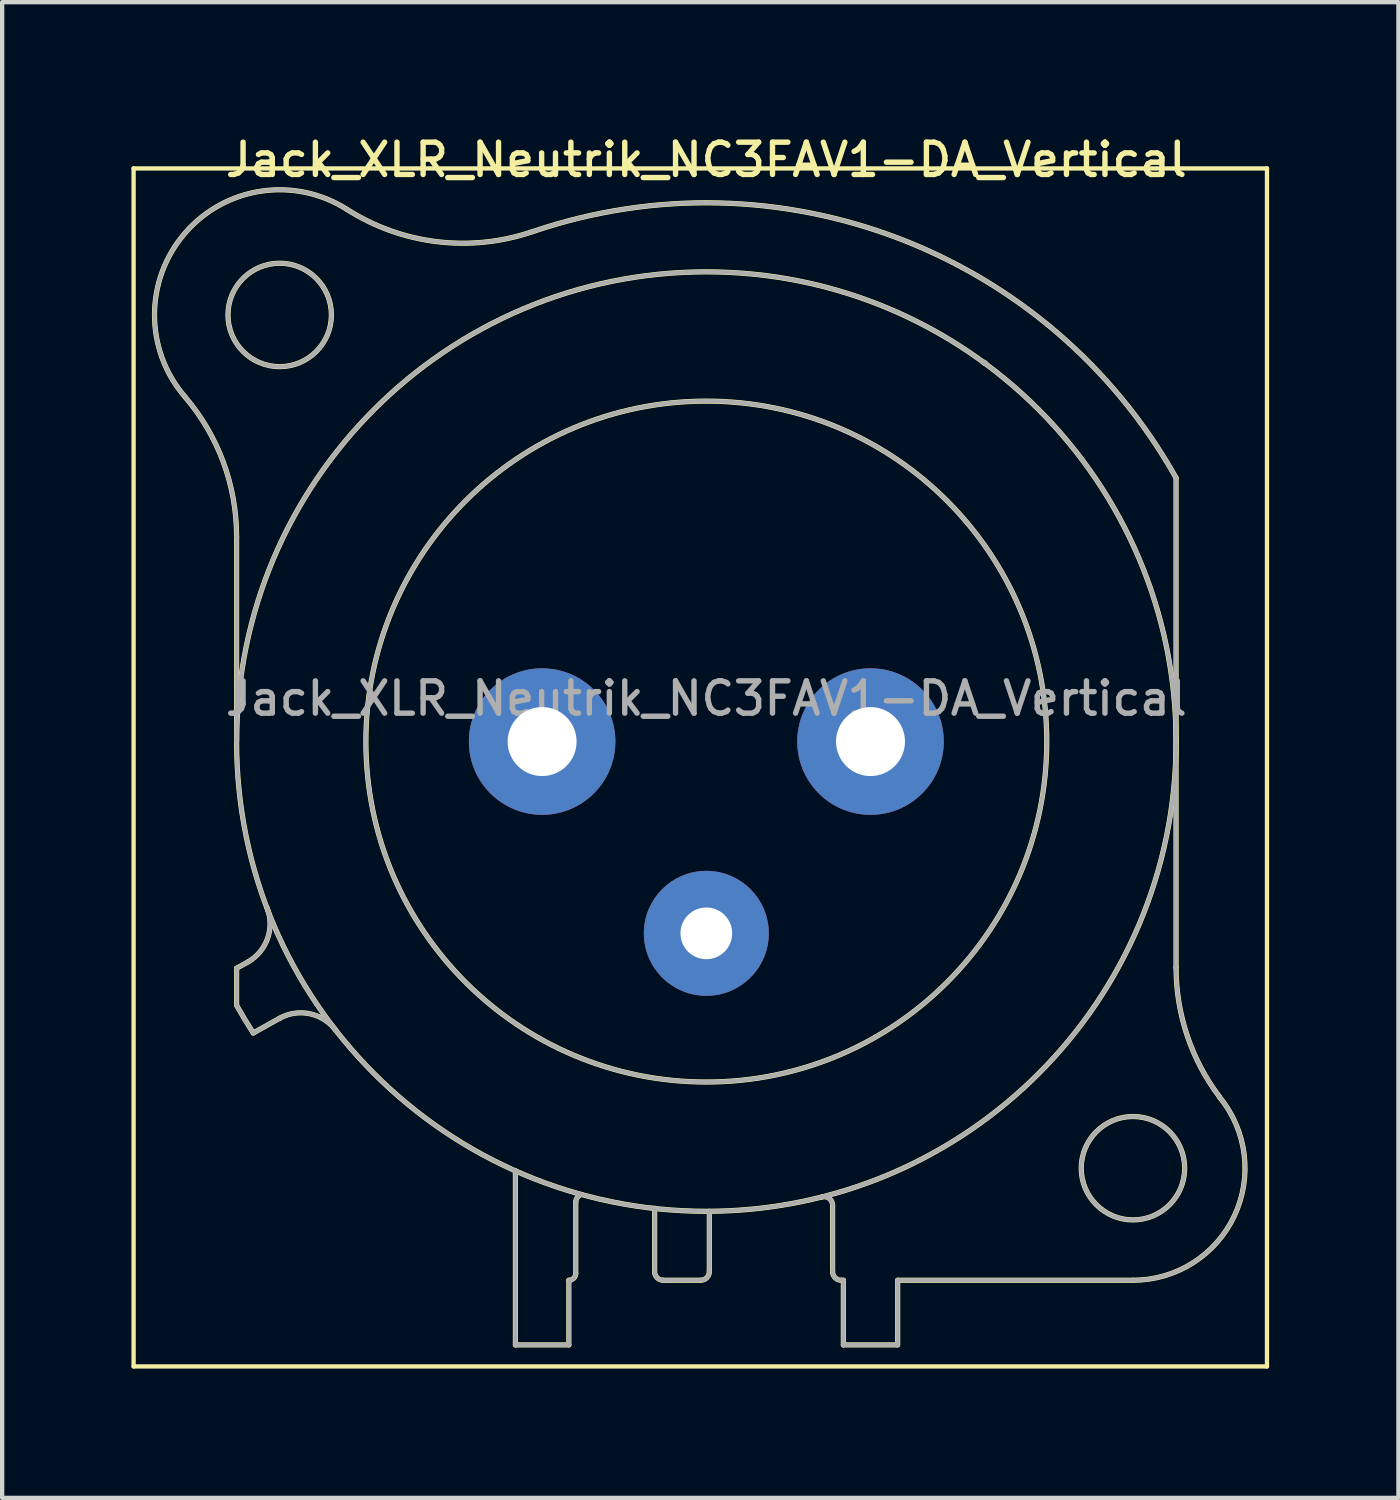
<source format=kicad_pcb>
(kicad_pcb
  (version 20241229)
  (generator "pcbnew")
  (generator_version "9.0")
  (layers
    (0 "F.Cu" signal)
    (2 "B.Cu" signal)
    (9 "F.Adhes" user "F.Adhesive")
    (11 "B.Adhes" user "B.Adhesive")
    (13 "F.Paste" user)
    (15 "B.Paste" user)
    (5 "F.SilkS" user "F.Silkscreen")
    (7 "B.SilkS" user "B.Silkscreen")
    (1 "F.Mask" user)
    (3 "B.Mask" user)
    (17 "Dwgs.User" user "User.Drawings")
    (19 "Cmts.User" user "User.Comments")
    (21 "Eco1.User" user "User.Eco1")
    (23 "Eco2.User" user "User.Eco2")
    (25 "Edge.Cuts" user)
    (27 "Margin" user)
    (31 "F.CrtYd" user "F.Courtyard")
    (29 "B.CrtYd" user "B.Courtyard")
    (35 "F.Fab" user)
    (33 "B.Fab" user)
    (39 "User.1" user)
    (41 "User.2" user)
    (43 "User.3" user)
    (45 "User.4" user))
  (footprint "Jack_XLR_Neutrik_NC3FAV1-DA_Vertical"
    (layer "F.Cu")
    (at 17.15 14.158)
    (property "Reference" "Jack_XLR_Neutrik_NC3FAV1-DA_Vertical" (at -3.81 -13.5 0) (layer "F.SilkS") (effects (font (size 0.75 0.75) (thickness 0.125))))
    (attr through_hole)
    (fp_line (start -17.1 -13.3) (end 9.2 -13.3) (stroke (width 0.1) (type solid)) (layer "F.SilkS"))
    (fp_line (start -17.1 14.5) (end -17.1 -13.3) (stroke (width 0.1) (type solid)) (layer "F.SilkS"))
    (fp_line (start -14.71 0) (end -14.71 -4.76) (stroke (width 0.12) (type solid)) (layer "F.SilkS"))
    (fp_line (start -14.71 5.26) (end -14.71 6.12) (stroke (width 0.12) (type solid)) (layer "F.SilkS"))
    (fp_line (start -14.44 5.11) (end -14.71 5.26) (stroke (width 0.12) (type solid)) (layer "F.SilkS"))
    (fp_line (start -14.32 6.76) (end -13.71 6.42) (stroke (width 0.12) (type solid)) (layer "F.SilkS"))
    (fp_line (start -8.24 9.96) (end -8.24 14) (stroke (width 0.12) (type solid)) (layer "F.SilkS"))
    (fp_line (start -7 12.5) (end -7 14) (stroke (width 0.12) (type solid)) (layer "F.SilkS"))
    (fp_line (start -7 14) (end -8.24 14) (stroke (width 0.12) (type solid)) (layer "F.SilkS"))
    (fp_line (start -6.84 12.34) (end -6.84 10.69) (stroke (width 0.12) (type solid)) (layer "F.SilkS"))
    (fp_line (start -5.01 10.83) (end -5.01 12.3) (stroke (width 0.12) (type solid)) (layer "F.SilkS"))
    (fp_line (start -3.94 12.5) (end -4.81 12.5) (stroke (width 0.12) (type solid)) (layer "F.SilkS"))
    (fp_line (start -3.74 10.9) (end -3.74 12.3) (stroke (width 0.12) (type solid)) (layer "F.SilkS"))
    (fp_line (start -0.88 12.3) (end -0.88 10.76) (stroke (width 0.12) (type solid)) (layer "F.SilkS"))
    (fp_line (start -0.63 12.5) (end -0.68 12.5) (stroke (width 0.12) (type solid)) (layer "F.SilkS"))
    (fp_line (start -0.63 12.5) (end -0.63 14) (stroke (width 0.12) (type solid)) (layer "F.SilkS"))
    (fp_line (start 0.62 14) (end -0.63 14) (stroke (width 0.12) (type solid)) (layer "F.SilkS"))
    (fp_line (start 0.63 12.5) (end 6.09 12.5) (stroke (width 0.12) (type solid)) (layer "F.SilkS"))
    (fp_line (start 0.63 14) (end 0.63 12.5) (stroke (width 0.12) (type solid)) (layer "F.SilkS"))
    (fp_line (start 7.09 5.24) (end 7.09 -6.12) (stroke (width 0.12) (type solid)) (layer "F.SilkS"))
    (fp_line (start 9.2 -13.3) (end 9.2 14.5) (stroke (width 0.1) (type solid)) (layer "F.SilkS"))
    (fp_line (start 9.2 14.5) (end -17.1 14.5) (stroke (width 0.1) (type solid)) (layer "F.SilkS"))
    (fp_arc (start -15.908829 -8.000856) (mid -15.019313 -6.48774) (end -14.71 -4.76) (stroke (width 0.12) (type solid)) (layer "F.SilkS"))
    (fp_arc (start -15.908236 -8.001617) (mid -15.907486 -11.799251) (end -12.15 -12.35) (stroke (width 0.12) (type solid)) (layer "F.SilkS"))
    (fp_arc (start -14.32314 6.763008) (mid -14.521396 6.444407) (end -14.71 6.12) (stroke (width 0.12) (type solid)) (layer "F.SilkS"))
    (fp_arc (start -14.004283 3.855674) (mid -13.989213 4.56375) (end -14.44 5.11) (stroke (width 0.12) (type solid)) (layer "F.SilkS"))
    (fp_arc (start -13.71 6.42) (mid -13.01025 6.315915) (end -12.412202 6.693832) (stroke (width 0.12) (type solid)) (layer "F.SilkS"))
    (fp_arc (start -7.848035 -11.831177) (mid -10.058192 -11.599923) (end -12.15 -12.35) (stroke (width 0.12) (type solid)) (layer "F.SilkS"))
    (fp_arc (start -7.841153 -11.83276) (mid 0.657009 -11.675197) (end 7.09 -6.12) (stroke (width 0.12) (type solid)) (layer "F.SilkS"))
    (fp_arc (start -6.84 10.69) (mid -6.803713 10.578321) (end -6.708713 10.509299) (stroke (width 0.12) (type solid)) (layer "F.SilkS"))
    (fp_arc (start -6.84 12.34) (mid -6.886863 12.453137) (end -7 12.5) (stroke (width 0.12) (type solid)) (layer "F.SilkS"))
    (fp_arc (start -4.81 12.5) (mid -4.951421 12.441421) (end -5.01 12.3) (stroke (width 0.12) (type solid)) (layer "F.SilkS"))
    (fp_arc (start -3.74 12.3) (mid -3.798579 12.441421) (end -3.94 12.5) (stroke (width 0.12) (type solid)) (layer "F.SilkS"))
    (fp_arc (start -1.1294 10.566197) (mid -0.957281 10.602076) (end -0.88 10.76) (stroke (width 0.12) (type solid)) (layer "F.SilkS"))
    (fp_arc (start -0.68 12.5) (mid -0.821421 12.441421) (end -0.88 12.3) (stroke (width 0.12) (type solid)) (layer "F.SilkS"))
    (fp_arc (start 2.636924 -8.782671) (mid 2.628394 -8.791269) (end 2.62 -8.8) (stroke (width 0.12) (type solid)) (layer "F.SilkS"))
    (fp_arc (start 2.680052 -8.767734) (mid 2.65973 -8.7835) (end 2.64 -8.8) (stroke (width 0.12) (type solid)) (layer "F.SilkS"))
    (fp_arc (start 8.095865 8.245761) (mid 8.441704 11.008824) (end 6.09 12.5) (stroke (width 0.12) (type solid)) (layer "F.SilkS"))
    (fp_arc (start 8.098032 8.243976) (mid 7.348729 6.824298) (end 7.09 5.24) (stroke (width 0.12) (type solid)) (layer "F.SilkS"))
    (fp_circle (center -13.71 -9.9) (end -12.51 -9.9) (stroke (width 0.12) (type solid)) (fill no) (layer "F.SilkS"))
    (fp_circle (center -3.81 0) (end 4.09 0) (stroke (width 0.12) (type solid)) (fill no) (layer "F.SilkS"))
    (fp_circle (center -3.81 0) (end 7.09 0) (stroke (width 0.12) (type solid)) (fill no) (layer "F.SilkS"))
    (fp_circle (center 6.09 9.9) (end 7.29 9.9) (stroke (width 0.12) (type solid)) (fill no) (layer "F.SilkS"))
    (fp_line (start -14.71 0) (end -14.71 -4.76) (stroke (width 0.1) (type solid)) (layer "F.Fab"))
    (fp_line (start -14.71 5.26) (end -14.71 6.12) (stroke (width 0.1) (type solid)) (layer "F.Fab"))
    (fp_line (start -14.44 5.11) (end -14.71 5.26) (stroke (width 0.1) (type solid)) (layer "F.Fab"))
    (fp_line (start -14.32 6.76) (end -13.71 6.42) (stroke (width 0.1) (type solid)) (layer "F.Fab"))
    (fp_line (start -8.24 9.96) (end -8.24 14) (stroke (width 0.1) (type solid)) (layer "F.Fab"))
    (fp_line (start -7 12.5) (end -7 14) (stroke (width 0.1) (type solid)) (layer "F.Fab"))
    (fp_line (start -7 14) (end -8.24 14) (stroke (width 0.1) (type solid)) (layer "F.Fab"))
    (fp_line (start -6.84 12.34) (end -6.84 10.69) (stroke (width 0.1) (type solid)) (layer "F.Fab"))
    (fp_line (start -5.01 10.83) (end -5.01 12.3) (stroke (width 0.1) (type solid)) (layer "F.Fab"))
    (fp_line (start -3.94 12.5) (end -4.81 12.5) (stroke (width 0.1) (type solid)) (layer "F.Fab"))
    (fp_line (start -3.74 10.9) (end -3.74 12.3) (stroke (width 0.1) (type solid)) (layer "F.Fab"))
    (fp_line (start -0.88 12.3) (end -0.88 10.76) (stroke (width 0.1) (type solid)) (layer "F.Fab"))
    (fp_line (start -0.63 12.5) (end -0.68 12.5) (stroke (width 0.1) (type solid)) (layer "F.Fab"))
    (fp_line (start -0.63 12.5) (end -0.63 14) (stroke (width 0.1) (type solid)) (layer "F.Fab"))
    (fp_line (start 0.62 14) (end -0.63 14) (stroke (width 0.1) (type solid)) (layer "F.Fab"))
    (fp_line (start 0.63 12.5) (end 6.09 12.5) (stroke (width 0.1) (type solid)) (layer "F.Fab"))
    (fp_line (start 0.63 14) (end 0.63 12.5) (stroke (width 0.1) (type solid)) (layer "F.Fab"))
    (fp_line (start 7.09 5.24) (end 7.09 -6.12) (stroke (width 0.1) (type solid)) (layer "F.Fab"))
    (fp_arc (start -15.908829 -8.000856) (mid -15.019313 -6.48774) (end -14.71 -4.76) (stroke (width 0.1) (type solid)) (layer "F.Fab"))
    (fp_arc (start -15.908236 -8.001617) (mid -15.907486 -11.799251) (end -12.15 -12.35) (stroke (width 0.1) (type solid)) (layer "F.Fab"))
    (fp_arc (start -14.32314 6.763008) (mid -14.521396 6.444407) (end -14.71 6.12) (stroke (width 0.1) (type solid)) (layer "F.Fab"))
    (fp_arc (start -14.004283 3.855674) (mid -13.989213 4.56375) (end -14.44 5.11) (stroke (width 0.1) (type solid)) (layer "F.Fab"))
    (fp_arc (start -13.71 6.42) (mid -13.01025 6.315915) (end -12.412202 6.693832) (stroke (width 0.1) (type solid)) (layer "F.Fab"))
    (fp_arc (start -7.848035 -11.831177) (mid -10.058192 -11.599923) (end -12.15 -12.35) (stroke (width 0.1) (type solid)) (layer "F.Fab"))
    (fp_arc (start -7.841153 -11.83276) (mid 0.657009 -11.675197) (end 7.09 -6.12) (stroke (width 0.1) (type solid)) (layer "F.Fab"))
    (fp_arc (start -6.84 10.69) (mid -6.803713 10.578321) (end -6.708713 10.509299) (stroke (width 0.1) (type solid)) (layer "F.Fab"))
    (fp_arc (start -6.84 12.34) (mid -6.886863 12.453137) (end -7 12.5) (stroke (width 0.1) (type solid)) (layer "F.Fab"))
    (fp_arc (start -4.81 12.5) (mid -4.951421 12.441421) (end -5.01 12.3) (stroke (width 0.1) (type solid)) (layer "F.Fab"))
    (fp_arc (start -3.74 12.3) (mid -3.798579 12.441421) (end -3.94 12.5) (stroke (width 0.1) (type solid)) (layer "F.Fab"))
    (fp_arc (start -1.1294 10.566197) (mid -0.957281 10.602076) (end -0.88 10.76) (stroke (width 0.1) (type solid)) (layer "F.Fab"))
    (fp_arc (start -0.68 12.5) (mid -0.821421 12.441421) (end -0.88 12.3) (stroke (width 0.1) (type solid)) (layer "F.Fab"))
    (fp_arc (start 2.636924 -8.782671) (mid 2.628394 -8.791269) (end 2.62 -8.8) (stroke (width 0.1) (type solid)) (layer "F.Fab"))
    (fp_arc (start 2.680052 -8.767734) (mid 2.65973 -8.7835) (end 2.64 -8.8) (stroke (width 0.1) (type solid)) (layer "F.Fab"))
    (fp_arc (start 8.095865 8.245761) (mid 8.441704 11.008824) (end 6.09 12.5) (stroke (width 0.1) (type solid)) (layer "F.Fab"))
    (fp_arc (start 8.098032 8.243976) (mid 7.348729 6.824298) (end 7.09 5.24) (stroke (width 0.1) (type solid)) (layer "F.Fab"))
    (fp_circle (center -13.71 -9.9) (end -12.51 -9.9) (stroke (width 0.1) (type solid)) (fill no) (layer "F.Fab"))
    (fp_circle (center -3.81 0) (end 4.09 0) (stroke (width 0.1) (type solid)) (fill no) (layer "F.Fab"))
    (fp_circle (center -3.81 0) (end 7.09 0) (stroke (width 0.1) (type solid)) (fill no) (layer "F.Fab"))
    (fp_circle (center 6.09 9.9) (end 7.29 9.9) (stroke (width 0.1) (type solid)) (fill no) (layer "F.Fab"))
    (fp_text user "${REFERENCE}" (at -3.81 -1 0) (layer "F.Fab") (effects (font (size 0.75 0.75) (thickness 0.125))))
    (pad "1" thru_hole circle (at 0 0) (size 3.4 3.4) (drill 1.6) (layers "*.Cu" "*.Mask"))
    (pad "2" thru_hole circle (at -7.62 0) (size 3.4 3.4) (drill 1.6) (layers "*.Cu" "*.Mask"))
    (pad "3" thru_hole circle (at -3.81 4.45) (size 2.9 2.9) (drill 1.2) (layers "*.Cu" "*.Mask")))
  (gr_rect
    (start -3 -3)
    (end 29.4 31.708)
    (stroke (width 0.1) (type default))
    (fill no)
    (layer "Edge.Cuts")))
</source>
